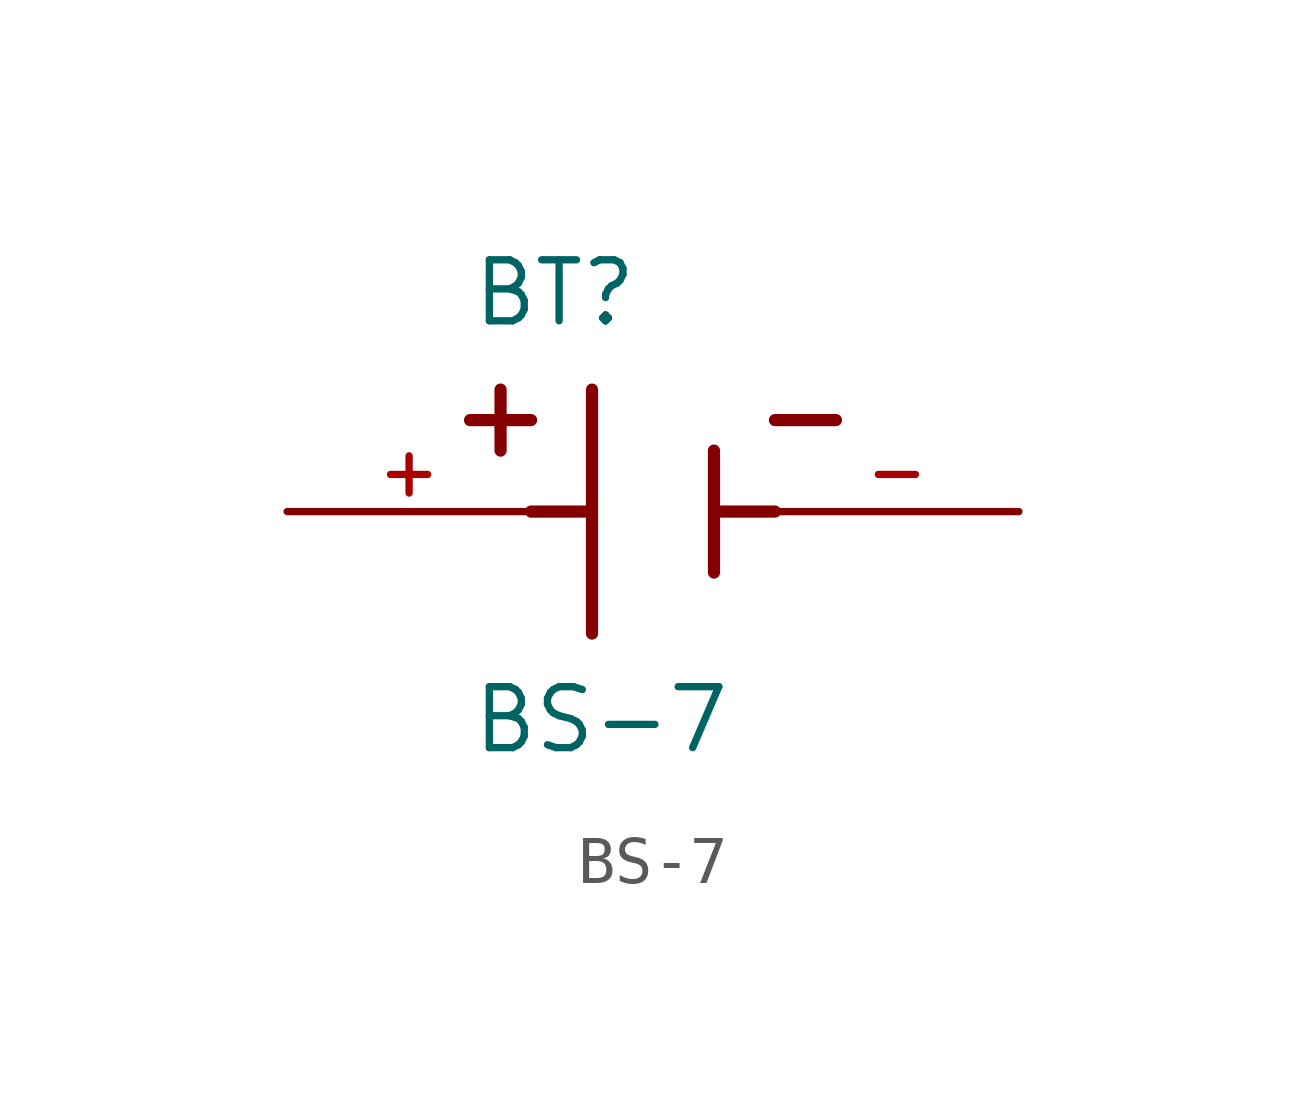
<source format=kicad_sym>
(kicad_symbol_lib
  (version 20211014)
  (generator kicad_symbol_editor)
  (symbol "BS-7"
    (pin_names
      (offset 1.016))
    (property "Reference" "BT"
      (at -3.81 3.81 0)
      (effects (font (size 1.27 1.27)) (justify bottom left)))
    (property "Value" "BS-7"
      (at -3.81 -5.08 0)
      (effects (font (size 1.27 1.27)) (justify bottom left)))
    (symbol "BS-7_0_0"
      (polyline (pts (xy -1.27 2.54) (xy -1.27 -2.54)) (stroke (width 0.254)))
      (polyline (pts (xy 1.27 1.27) (xy 1.27 -1.27)) (stroke (width 0.254)))
      (polyline (pts (xy -1.27 0.0) (xy -2.54 0.0)) (stroke (width 0.254)))
      (polyline (pts (xy 1.27 0.0) (xy 2.54 0.0)) (stroke (width 0.254)))
      (polyline (pts (xy -3.175 2.54) (xy -3.175 1.27)) (stroke (width 0.254)))
      (polyline (pts (xy -3.81 1.905) (xy -2.54 1.905)) (stroke (width 0.254)))
      (polyline (pts (xy 2.54 1.905) (xy 3.81 1.905)) (stroke (width 0.254)))
      (pin passive line (at -7.62 0.0 0) (length 5.08) (name "~" (effects (font (size 1.016 1.016)))) (number "+" (effects (font (size 1.016 1.016)))))
      (pin passive line (at 7.62 0.0 180.0) (length 5.08) (name "~" (effects (font (size 1.016 1.016)))) (number "-" (effects (font (size 1.016 1.016))))))))
</source>
